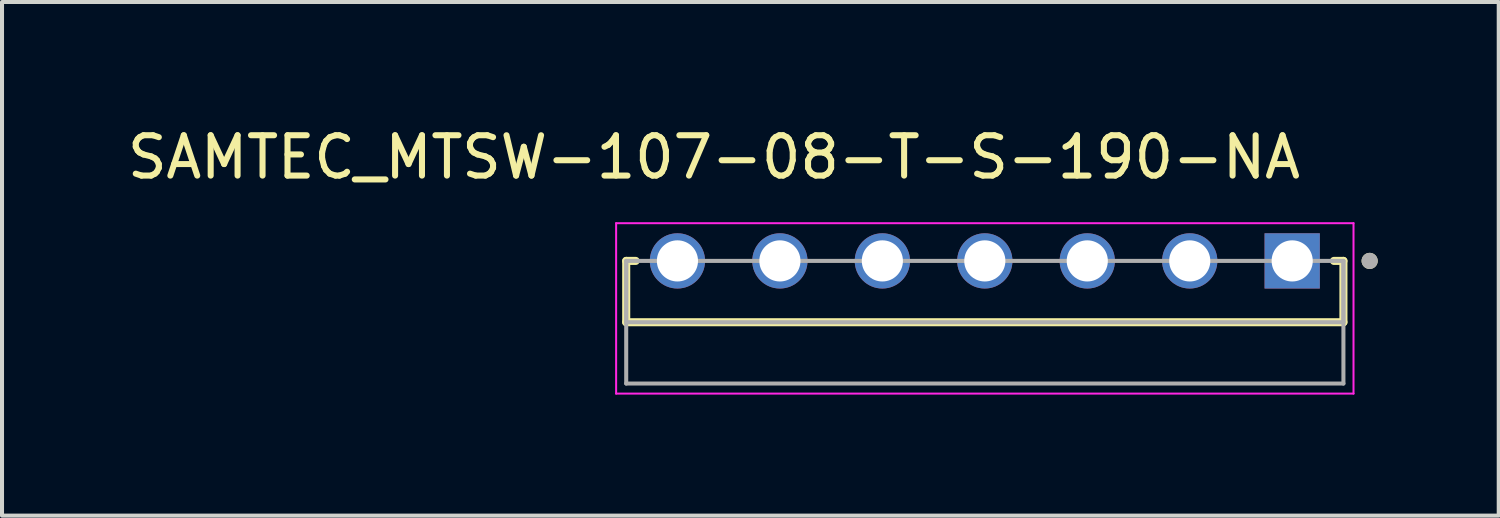
<source format=kicad_pcb>
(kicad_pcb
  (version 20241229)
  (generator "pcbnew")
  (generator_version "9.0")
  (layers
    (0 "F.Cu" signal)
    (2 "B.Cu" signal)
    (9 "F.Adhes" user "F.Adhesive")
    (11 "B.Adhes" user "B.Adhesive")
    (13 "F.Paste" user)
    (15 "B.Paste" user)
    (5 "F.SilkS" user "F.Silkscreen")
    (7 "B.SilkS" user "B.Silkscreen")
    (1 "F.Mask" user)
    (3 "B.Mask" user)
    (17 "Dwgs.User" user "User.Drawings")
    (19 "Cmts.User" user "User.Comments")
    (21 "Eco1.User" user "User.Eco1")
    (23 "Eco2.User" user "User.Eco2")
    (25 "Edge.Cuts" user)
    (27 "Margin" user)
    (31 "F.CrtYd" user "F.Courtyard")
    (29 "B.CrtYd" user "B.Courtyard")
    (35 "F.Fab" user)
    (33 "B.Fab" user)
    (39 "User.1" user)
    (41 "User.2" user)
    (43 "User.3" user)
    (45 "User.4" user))
  (footprint "SAMTEC_MTSW-107-08-T-S-190-NA"
    (layer "F.Cu")
    (at 21.364 6.208)
    (property "Reference" "SAMTEC_MTSW-107-08-T-S-190-NA" (at -6.715 -5.36 0) (layer "F.SilkS") (effects (font (size 1 1) (thickness 0.15))))
    (attr through_hole)
    (fp_line (start -8.89 -2.79) (end -8.89 -1.27) (stroke (width 0.2) (type solid)) (layer "F.SilkS"))
    (fp_line (start -8.89 -1.27) (end 8.89 -1.27) (stroke (width 0.2) (type solid)) (layer "F.SilkS"))
    (fp_line (start -8.655 -2.79) (end -8.89 -2.79) (stroke (width 0.2) (type solid)) (layer "F.SilkS"))
    (fp_line (start 8.655 -2.79) (end 8.89 -2.79) (stroke (width 0.2) (type solid)) (layer "F.SilkS"))
    (fp_line (start 8.89 -1.27) (end 8.89 -2.79) (stroke (width 0.2) (type solid)) (layer "F.SilkS"))
    (fp_circle (center 9.54 -2.79) (end 9.64 -2.79) (stroke (width 0.2) (type solid)) (fill no) (layer "F.SilkS"))
    (fp_line (start -9.14 -3.725) (end 9.14 -3.725) (stroke (width 0.05) (type solid)) (layer "F.CrtYd"))
    (fp_line (start -9.14 0.5) (end -9.14 -3.725) (stroke (width 0.05) (type solid)) (layer "F.CrtYd"))
    (fp_line (start 9.14 -3.725) (end 9.14 0.5) (stroke (width 0.05) (type solid)) (layer "F.CrtYd"))
    (fp_line (start 9.14 0.5) (end -9.14 0.5) (stroke (width 0.05) (type solid)) (layer "F.CrtYd"))
    (fp_line (start -8.89 -2.79) (end -8.89 -1.27) (stroke (width 0.1) (type solid)) (layer "F.Fab"))
    (fp_line (start -8.89 -2.79) (end -8.89 0.25) (stroke (width 0.1) (type solid)) (layer "F.Fab"))
    (fp_line (start -8.89 -1.27) (end 8.89 -1.27) (stroke (width 0.1) (type solid)) (layer "F.Fab"))
    (fp_line (start -8.89 0.25) (end 8.89 0.25) (stroke (width 0.1) (type solid)) (layer "F.Fab"))
    (fp_line (start 8.89 -2.79) (end -8.89 -2.79) (stroke (width 0.1) (type solid)) (layer "F.Fab"))
    (fp_line (start 8.89 -1.27) (end 8.89 -2.79) (stroke (width 0.1) (type solid)) (layer "F.Fab"))
    (fp_line (start 8.89 0.25) (end 8.89 -2.79) (stroke (width 0.1) (type solid)) (layer "F.Fab"))
    (fp_circle (center 9.54 -2.79) (end 9.64 -2.79) (stroke (width 0.2) (type solid)) (fill no) (layer "F.Fab"))
    (pad "01" thru_hole rect (at 7.62 -2.79) (size 1.37 1.37) (drill 1.02) (layers "*.Cu" "*.Mask"))
    (pad "02" thru_hole circle (at 5.08 -2.79) (size 1.37 1.37) (drill 1.02) (layers "*.Cu" "*.Mask"))
    (pad "03" thru_hole circle (at 2.54 -2.79) (size 1.37 1.37) (drill 1.02) (layers "*.Cu" "*.Mask"))
    (pad "04" thru_hole circle (at 0 -2.79) (size 1.37 1.37) (drill 1.02) (layers "*.Cu" "*.Mask"))
    (pad "05" thru_hole circle (at -2.54 -2.79) (size 1.37 1.37) (drill 1.02) (layers "*.Cu" "*.Mask"))
    (pad "06" thru_hole circle (at -5.08 -2.79) (size 1.37 1.37) (drill 1.02) (layers "*.Cu" "*.Mask"))
    (pad "07" thru_hole circle (at -7.62 -2.79) (size 1.37 1.37) (drill 1.02) (layers "*.Cu" "*.Mask")))
  (gr_rect
    (start -3 -3)
    (end 34.104 9.733)
    (stroke (width 0.1) (type default))
    (fill no)
    (layer "Edge.Cuts")))
</source>
